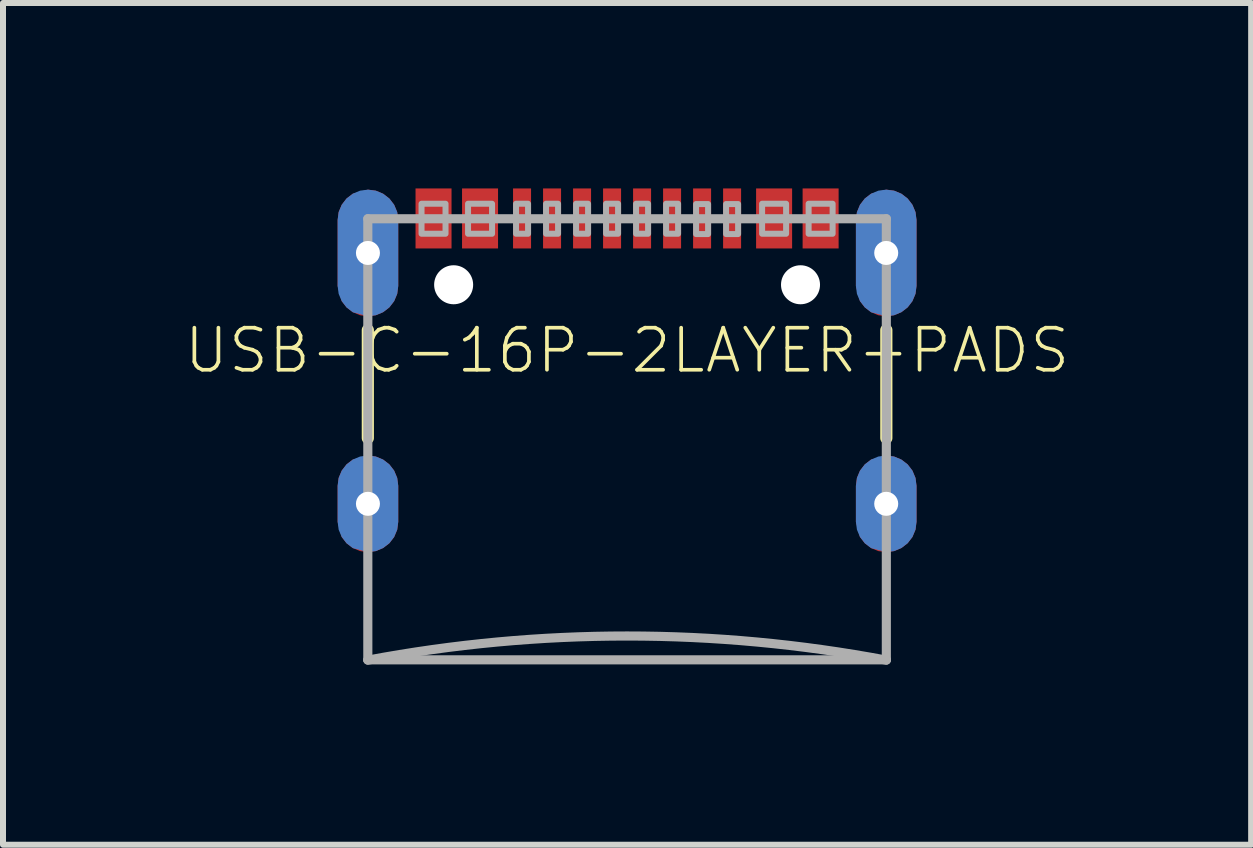
<source format=kicad_pcb>
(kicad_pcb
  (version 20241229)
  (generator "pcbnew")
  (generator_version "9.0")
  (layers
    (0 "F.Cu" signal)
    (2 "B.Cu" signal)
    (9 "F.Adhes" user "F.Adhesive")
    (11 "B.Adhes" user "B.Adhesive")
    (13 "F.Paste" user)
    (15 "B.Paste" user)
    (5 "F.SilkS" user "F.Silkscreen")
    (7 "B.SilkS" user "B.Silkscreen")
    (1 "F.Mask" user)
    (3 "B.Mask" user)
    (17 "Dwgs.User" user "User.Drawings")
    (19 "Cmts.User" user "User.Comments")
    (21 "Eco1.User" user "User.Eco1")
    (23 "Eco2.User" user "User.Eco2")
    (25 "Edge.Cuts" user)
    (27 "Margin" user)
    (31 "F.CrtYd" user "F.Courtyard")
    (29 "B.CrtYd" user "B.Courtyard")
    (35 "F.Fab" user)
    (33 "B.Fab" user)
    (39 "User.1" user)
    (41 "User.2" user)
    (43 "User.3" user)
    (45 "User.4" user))
  (footprint "USB-C-16P-2LAYER-PADS"
    (layer "F.Cu")
    (at 7.399 0.25)
    (property "Reference" "USB-C-16P-2LAYER-PADS" (at 0 2.54 0) (unlocked yes) (layer "F.SilkS") (effects (font (size 0.701 0.701) (thickness 0.061))))
    (fp_poly (pts (xy -4.187 -0.123) (xy -4.065 -0.072) (xy -3.961 0.008) (xy -3.881 0.112) (xy -3.83 0.234) (xy -3.813 0.365) (xy -3.813 1.465) (xy -3.83 1.596) (xy -3.881 1.718) (xy -3.961 1.822) (xy -4.065 1.902) (xy -4.187 1.953) (xy -4.318 1.97) (xy -4.449 1.953) (xy -4.571 1.902) (xy -4.675 1.822) (xy -4.756 1.717) (xy -4.823 1.466) (xy -4.823 0.365) (xy -4.806 0.234) (xy -4.755 0.112) (xy -4.675 0.008) (xy -4.57 -0.073) (xy -4.318 -0.14)) (stroke (width 0) (type default)) (fill yes) (layer "F.Cu"))
    (fp_poly (pts (xy -4.187 4.307) (xy -4.065 4.358) (xy -3.961 4.438) (xy -3.881 4.542) (xy -3.83 4.664) (xy -3.813 4.795) (xy -3.813 5.395) (xy -3.83 5.526) (xy -3.881 5.648) (xy -3.961 5.752) (xy -4.065 5.832) (xy -4.187 5.883) (xy -4.318 5.9) (xy -4.449 5.883) (xy -4.571 5.832) (xy -4.675 5.752) (xy -4.756 5.647) (xy -4.823 5.396) (xy -4.823 4.795) (xy -4.806 4.664) (xy -4.755 4.542) (xy -4.675 4.438) (xy -4.57 4.357) (xy -4.318 4.29)) (stroke (width 0) (type default)) (fill yes) (layer "F.Cu"))
    (fp_poly (pts (xy 4.449 -0.123) (xy 4.571 -0.072) (xy 4.675 0.008) (xy 4.755 0.112) (xy 4.806 0.234) (xy 4.823 0.365) (xy 4.823 1.465) (xy 4.806 1.596) (xy 4.755 1.718) (xy 4.675 1.822) (xy 4.571 1.902) (xy 4.449 1.953) (xy 4.318 1.97) (xy 4.187 1.953) (xy 4.065 1.902) (xy 3.961 1.822) (xy 3.88 1.717) (xy 3.813 1.466) (xy 3.813 0.365) (xy 3.83 0.234) (xy 3.881 0.112) (xy 3.961 0.008) (xy 4.066 -0.073) (xy 4.318 -0.14)) (stroke (width 0) (type default)) (fill yes) (layer "F.Cu"))
    (fp_poly (pts (xy 4.449 4.307) (xy 4.571 4.358) (xy 4.675 4.438) (xy 4.755 4.542) (xy 4.806 4.664) (xy 4.823 4.795) (xy 4.823 5.395) (xy 4.806 5.526) (xy 4.755 5.648) (xy 4.675 5.752) (xy 4.571 5.832) (xy 4.449 5.883) (xy 4.318 5.9) (xy 4.187 5.883) (xy 4.065 5.832) (xy 3.961 5.752) (xy 3.88 5.647) (xy 3.813 5.396) (xy 3.813 4.795) (xy 3.83 4.664) (xy 3.881 4.542) (xy 3.961 4.438) (xy 4.066 4.357) (xy 4.318 4.29)) (stroke (width 0) (type default)) (fill yes) (layer "F.Cu"))
    (fp_poly (pts (xy -4.169 -0.226) (xy -4.026 -0.173) (xy -3.902 -0.085) (xy -3.804 0.032) (xy -3.741 0.17) (xy -3.715 0.32) (xy -3.715 1.52) (xy -3.742 1.669) (xy -3.806 1.805) (xy -3.904 1.92) (xy -4.028 2.007) (xy -4.17 2.058) (xy -4.32 2.07) (xy -4.47 2.058) (xy -4.612 2.007) (xy -4.736 1.92) (xy -4.834 1.805) (xy -4.925 1.521) (xy -4.925 0.32) (xy -4.899 0.17) (xy -4.836 0.032) (xy -4.738 -0.085) (xy -4.614 -0.174) (xy -4.32 -0.24)) (stroke (width 0) (type default)) (fill yes) (layer "F.Mask"))
    (fp_poly (pts (xy -4.163 4.211) (xy -4.017 4.273) (xy -3.891 4.37) (xy -3.795 4.496) (xy -3.735 4.643) (xy -3.715 4.8) (xy -3.715 5.4) (xy -3.736 5.556) (xy -3.797 5.701) (xy -3.893 5.825) (xy -4.018 5.921) (xy -4.164 5.98) (xy -4.32 6) (xy -4.476 5.98) (xy -4.622 5.921) (xy -4.747 5.825) (xy -4.843 5.701) (xy -4.925 5.401) (xy -4.925 4.8) (xy -4.905 4.643) (xy -4.845 4.496) (xy -4.749 4.37) (xy -4.623 4.272) (xy -4.32 4.19)) (stroke (width 0) (type default)) (fill yes) (layer "F.Mask"))
    (fp_poly (pts (xy 4.471 -0.226) (xy 4.614 -0.173) (xy 4.738 -0.085) (xy 4.836 0.032) (xy 4.899 0.17) (xy 4.925 0.32) (xy 4.925 1.52) (xy 4.898 1.669) (xy 4.834 1.805) (xy 4.736 1.92) (xy 4.612 2.007) (xy 4.47 2.058) (xy 4.32 2.07) (xy 4.17 2.058) (xy 4.028 2.007) (xy 3.904 1.92) (xy 3.806 1.805) (xy 3.715 1.521) (xy 3.715 0.32) (xy 3.741 0.17) (xy 3.804 0.032) (xy 3.902 -0.085) (xy 4.026 -0.174) (xy 4.32 -0.24)) (stroke (width 0) (type default)) (fill yes) (layer "F.Mask"))
    (fp_poly (pts (xy 4.477 4.211) (xy 4.623 4.273) (xy 4.749 4.37) (xy 4.845 4.496) (xy 4.905 4.643) (xy 4.925 4.8) (xy 4.925 5.4) (xy 4.904 5.556) (xy 4.843 5.701) (xy 4.747 5.825) (xy 4.622 5.921) (xy 4.476 5.98) (xy 4.32 6) (xy 4.164 5.98) (xy 4.018 5.921) (xy 3.893 5.825) (xy 3.797 5.701) (xy 3.715 5.401) (xy 3.715 4.8) (xy 3.735 4.643) (xy 3.795 4.496) (xy 3.891 4.37) (xy 4.017 4.272) (xy 4.32 4.19)) (stroke (width 0) (type default)) (fill yes) (layer "F.Mask"))
    (fp_poly (pts (xy -4.187 -0.123) (xy -4.065 -0.072) (xy -3.961 0.008) (xy -3.881 0.112) (xy -3.83 0.234) (xy -3.813 0.365) (xy -3.813 1.465) (xy -3.83 1.596) (xy -3.881 1.718) (xy -3.961 1.822) (xy -4.065 1.902) (xy -4.187 1.953) (xy -4.318 1.97) (xy -4.57 1.903) (xy -4.675 1.822) (xy -4.755 1.718) (xy -4.806 1.596) (xy -4.823 1.465) (xy -4.823 0.365) (xy -4.806 0.234) (xy -4.755 0.112) (xy -4.675 0.008) (xy -4.571 -0.072) (xy -4.449 -0.123) (xy -4.318 -0.14)) (stroke (width 0) (type default)) (fill yes) (layer "B.Cu"))
    (fp_poly (pts (xy -4.187 4.307) (xy -4.065 4.358) (xy -3.961 4.438) (xy -3.881 4.542) (xy -3.83 4.664) (xy -3.813 4.795) (xy -3.813 5.395) (xy -3.83 5.526) (xy -3.881 5.648) (xy -3.961 5.752) (xy -4.065 5.832) (xy -4.187 5.883) (xy -4.318 5.9) (xy -4.57 5.833) (xy -4.675 5.752) (xy -4.755 5.648) (xy -4.806 5.526) (xy -4.823 5.395) (xy -4.823 4.795) (xy -4.806 4.664) (xy -4.755 4.542) (xy -4.675 4.438) (xy -4.571 4.358) (xy -4.449 4.307) (xy -4.318 4.29)) (stroke (width 0) (type default)) (fill yes) (layer "B.Cu"))
    (fp_poly (pts (xy 4.449 -0.123) (xy 4.571 -0.072) (xy 4.675 0.008) (xy 4.755 0.112) (xy 4.806 0.234) (xy 4.823 0.365) (xy 4.823 1.465) (xy 4.806 1.596) (xy 4.755 1.718) (xy 4.675 1.822) (xy 4.571 1.902) (xy 4.449 1.953) (xy 4.318 1.97) (xy 4.066 1.903) (xy 3.961 1.822) (xy 3.881 1.718) (xy 3.83 1.596) (xy 3.813 1.465) (xy 3.813 0.365) (xy 3.83 0.234) (xy 3.881 0.112) (xy 3.961 0.008) (xy 4.065 -0.072) (xy 4.187 -0.123) (xy 4.318 -0.14)) (stroke (width 0) (type default)) (fill yes) (layer "B.Cu"))
    (fp_poly (pts (xy 4.449 4.307) (xy 4.571 4.358) (xy 4.675 4.438) (xy 4.755 4.542) (xy 4.806 4.664) (xy 4.823 4.795) (xy 4.823 5.395) (xy 4.806 5.526) (xy 4.755 5.648) (xy 4.675 5.752) (xy 4.571 5.832) (xy 4.449 5.883) (xy 4.318 5.9) (xy 4.066 5.833) (xy 3.961 5.752) (xy 3.881 5.648) (xy 3.83 5.526) (xy 3.813 5.395) (xy 3.813 4.795) (xy 3.83 4.664) (xy 3.881 4.542) (xy 3.961 4.438) (xy 4.065 4.358) (xy 4.187 4.307) (xy 4.318 4.29)) (stroke (width 0) (type default)) (fill yes) (layer "B.Cu"))
    (fp_line (start -4.32 2.2) (end -4.32 4) (stroke (width 0.203) (type solid)) (layer "F.SilkS"))
    (fp_line (start 4.32 2.2) (end 4.32 4) (stroke (width 0.203) (type solid)) (layer "F.SilkS"))
    (fp_poly (pts (xy -4.219 -0.146) (xy -4.094 -0.103) (xy -3.984 -0.029) (xy -3.898 0.071) (xy -3.84 0.19) (xy -3.815 0.32) (xy -3.815 1.521) (xy -3.854 1.668) (xy -3.937 1.796) (xy -4.056 1.892) (xy -4.35 1.955) (xy -4.491 1.939) (xy -4.621 1.88) (xy -4.727 1.784) (xy -4.825 1.521) (xy -4.825 0.32) (xy -4.802 0.173) (xy -4.734 0.041) (xy -4.629 -0.065) (xy -4.351 -0.155)) (stroke (width 0) (type default)) (fill yes) (layer "F.Paste"))
    (fp_poly (pts (xy -4.147 4.322) (xy -4.011 4.395) (xy -3.903 4.507) (xy -3.815 4.799) (xy -3.815 5.4) (xy -3.836 5.553) (xy -3.904 5.693) (xy -4.011 5.805) (xy -4.299 5.905) (xy -4.434 5.89) (xy -4.559 5.841) (xy -4.667 5.761) (xy -4.751 5.656) (xy -4.825 5.401) (xy -4.825 4.8) (xy -4.805 4.667) (xy -4.751 4.544) (xy -4.667 4.439) (xy -4.559 4.359) (xy -4.3 4.295)) (stroke (width 0) (type default)) (fill yes) (layer "F.Paste"))
    (fp_poly (pts (xy 4.43 -0.145) (xy 4.553 -0.101) (xy 4.661 -0.026) (xy 4.745 0.073) (xy 4.801 0.191) (xy 4.825 0.32) (xy 4.825 1.521) (xy 4.787 1.667) (xy 4.707 1.794) (xy 4.59 1.89) (xy 4.3 1.955) (xy 4.164 1.949) (xy 4.035 1.902) (xy 3.927 1.816) (xy 3.815 1.571) (xy 3.815 0.37) (xy 3.827 0.239) (xy 3.873 0.115) (xy 3.949 0.007) (xy 4.05 -0.077) (xy 4.299 -0.155)) (stroke (width 0) (type default)) (fill yes) (layer "F.Paste"))
    (fp_poly (pts (xy 4.434 4.31) (xy 4.559 4.359) (xy 4.667 4.439) (xy 4.751 4.544) (xy 4.805 4.667) (xy 4.825 4.8) (xy 4.825 5.4) (xy 4.806 5.552) (xy 4.74 5.691) (xy 4.635 5.803) (xy 4.351 5.905) (xy 4.221 5.899) (xy 4.097 5.859) (xy 3.989 5.789) (xy 3.901 5.692) (xy 3.815 5.451) (xy 3.815 4.85) (xy 3.824 4.715) (xy 3.867 4.586) (xy 3.942 4.472) (xy 4.045 4.382) (xy 4.299 4.295)) (stroke (width 0) (type default)) (fill yes) (layer "F.Paste"))
    (fp_line (start -4.32 0.345) (end -4.32 1.965) (stroke (width 0.01) (type solid)) (layer "F.Fab"))
    (fp_line (start -4.32 0.345) (end 4.32 0.345) (stroke (width 0.152) (type solid)) (layer "F.Fab"))
    (fp_line (start -4.32 4.295) (end -4.32 5.895) (stroke (width 0.01) (type solid)) (layer "F.Fab"))
    (fp_line (start -4.32 7.695) (end -4.32 0.345) (stroke (width 0.152) (type solid)) (layer "F.Fab"))
    (fp_line (start -4.32 7.695) (end 4.32 7.695) (stroke (width 0.152) (type solid)) (layer "F.Fab"))
    (fp_line (start 4.32 0.345) (end 4.32 1.965) (stroke (width 0.01) (type solid)) (layer "F.Fab"))
    (fp_line (start 4.32 0.345) (end 4.32 7.695) (stroke (width 0.152) (type solid)) (layer "F.Fab"))
    (fp_line (start 4.32 4.295) (end 4.32 5.895) (stroke (width 0.01) (type solid)) (layer "F.Fab"))
    (fp_arc (start -4.32 7.7) (mid 0 7.297675) (end 4.32 7.7) (stroke (width 0.1524) (type solid)) (layer "F.Fab"))
    (fp_poly (pts (xy -3.425 0.595) (xy -3.025 0.595) (xy -3.025 0.095) (xy -3.425 0.095)) (stroke (width 0.1) (type default)) (fill no) (layer "F.Fab"))
    (fp_poly (pts (xy -2.65 0.595) (xy -2.25 0.595) (xy -2.25 0.095) (xy -2.65 0.095)) (stroke (width 0.1) (type default)) (fill no) (layer "F.Fab"))
    (fp_poly (pts (xy -1.85 0.595) (xy -1.65 0.595) (xy -1.65 0.095) (xy -1.85 0.095)) (stroke (width 0.1) (type default)) (fill no) (layer "F.Fab"))
    (fp_poly (pts (xy -1.35 0.595) (xy -1.15 0.595) (xy -1.15 0.095) (xy -1.35 0.095)) (stroke (width 0.1) (type default)) (fill no) (layer "F.Fab"))
    (fp_poly (pts (xy -0.85 0.595) (xy -0.65 0.595) (xy -0.65 0.095) (xy -0.85 0.095)) (stroke (width 0.1) (type default)) (fill no) (layer "F.Fab"))
    (fp_poly (pts (xy -0.35 0.595) (xy -0.15 0.595) (xy -0.15 0.095) (xy -0.35 0.095)) (stroke (width 0.1) (type default)) (fill no) (layer "F.Fab"))
    (fp_poly (pts (xy 0.15 0.595) (xy 0.35 0.595) (xy 0.35 0.095) (xy 0.15 0.095)) (stroke (width 0.1) (type default)) (fill no) (layer "F.Fab"))
    (fp_poly (pts (xy 0.65 0.595) (xy 0.85 0.595) (xy 0.85 0.095) (xy 0.65 0.095)) (stroke (width 0.1) (type default)) (fill no) (layer "F.Fab"))
    (fp_poly (pts (xy 1.15 0.6) (xy 1.35 0.6) (xy 1.35 0.1) (xy 1.15 0.1)) (stroke (width 0.1) (type default)) (fill no) (layer "F.Fab"))
    (fp_poly (pts (xy 1.65 0.6) (xy 1.85 0.6) (xy 1.85 0.1) (xy 1.65 0.1)) (stroke (width 0.1) (type default)) (fill no) (layer "F.Fab"))
    (fp_poly (pts (xy 2.25 0.595) (xy 2.65 0.595) (xy 2.65 0.095) (xy 2.25 0.095)) (stroke (width 0.1) (type default)) (fill no) (layer "F.Fab"))
    (fp_poly (pts (xy 3.025 0.595) (xy 3.425 0.595) (xy 3.425 0.095) (xy 3.025 0.095)) (stroke (width 0.1) (type default)) (fill no) (layer "F.Fab"))
    (pad "" np_thru_hole circle (at -2.89 1.445) (size 0.65 0.65) (drill 0.65) (layers "*.Cu" "*.Mask"))
    (pad "" np_thru_hole circle (at 2.89 1.445) (size 0.65 0.65) (drill 0.65) (layers "*.Cu" "*.Mask"))
    (pad "A5" smd rect (at -1.25 0.34 180) (size 0.3 1) (layers "F.Cu" "F.Mask" "F.Paste"))
    (pad "A6" smd rect (at -0.25 0.34 180) (size 0.3 1) (layers "F.Cu" "F.Mask" "F.Paste"))
    (pad "A7" smd rect (at 0.25 0.34) (size 0.3 1) (layers "F.Cu" "F.Mask" "F.Paste"))
    (pad "A8" smd rect (at 1.25 0.34) (size 0.3 1) (layers "F.Cu" "F.Mask" "F.Paste"))
    (pad "B5" smd rect (at 1.75 0.34) (size 0.3 1) (layers "F.Cu" "F.Mask" "F.Paste"))
    (pad "B6" smd rect (at 0.75 0.34) (size 0.3 1) (layers "F.Cu" "F.Mask" "F.Paste"))
    (pad "B7" smd rect (at -0.75 0.34 180) (size 0.3 1) (layers "F.Cu" "F.Mask" "F.Paste"))
    (pad "B8" smd rect (at -1.75 0.34 180) (size 0.3 1) (layers "F.Cu" "F.Mask" "F.Paste"))
    (pad "GND" smd rect (at -3.225 0.34 180) (size 0.6 1) (layers "F.Cu" "F.Mask" "F.Paste"))
    (pad "GND2" smd rect (at 3.225 0.34) (size 0.6 1) (layers "F.Cu" "F.Mask" "F.Paste"))
    (pad "SHLD1" thru_hole oval (at -4.318 0.915 90) (size 1.2 0.6) (drill 0.4) (layers "*.Cu"))
    (pad "SHLD2" thru_hole oval (at 4.318 0.915 90) (size 1.2 0.6) (drill 0.4) (layers "*.Cu"))
    (pad "SHLD3" thru_hole oval (at -4.318 5.095 90) (size 1.2 0.6) (drill 0.4) (layers "*.Cu"))
    (pad "SHLD4" thru_hole oval (at 4.318 5.095 90) (size 1.2 0.6) (drill 0.4) (layers "*.Cu"))
    (pad "VBUS1" smd rect (at -2.45 0.34 180) (size 0.6 1) (layers "F.Cu" "F.Mask" "F.Paste"))
    (pad "VBUS2" smd rect (at 2.45 0.34) (size 0.6 1) (layers "F.Cu" "F.Mask" "F.Paste")))
  (gr_rect
    (start -3 -3)
    (end 17.798 11.026)
    (stroke (width 0.1) (type default))
    (fill no)
    (layer "Edge.Cuts")))
</source>
